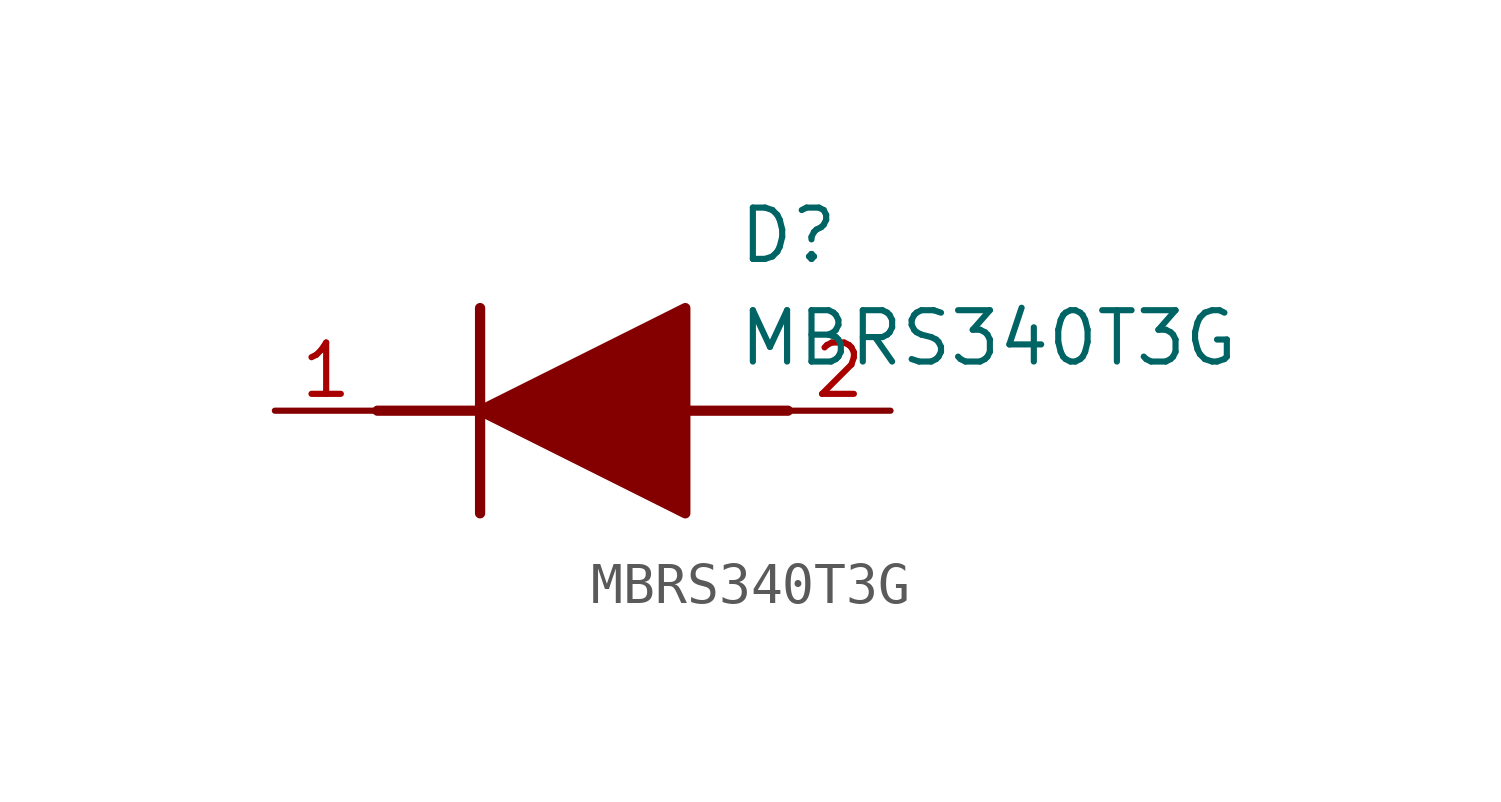
<source format=kicad_sym>
(kicad_symbol_lib
  (version 20211014)
  (generator SamacSys_ECAD_Model)
  (symbol "MBRS340T3G"
    (pin_names hide)
    (property "Reference" "D"
      (at 11.43 5.08 0)
      (effects (font (size 1.27 1.27)) (justify left top)))
    (property "Value" "MBRS340T3G"
      (at 11.43 2.54 0)
      (effects (font (size 1.27 1.27)) (justify left top)))
    (polyline
      (pts (xy 5.08 2.54) (xy 5.08 -2.54))
      (stroke (width 0.254) (type default))
      (fill (type none)))
    (polyline
      (pts (xy 2.54 0) (xy 5.08 0))
      (stroke (width 0.254) (type default))
      (fill (type none)))
    (polyline
      (pts (xy 10.16 0) (xy 12.7 0))
      (stroke (width 0.254) (type default))
      (fill (type none)))
    (polyline
      (pts (xy 5.08 0) (xy 10.16 2.54) (xy 10.16 -2.54) (xy 5.08 0))
      (stroke (width 0.254) (type default))
      (fill (type outline)))
    (pin passive line
      (at 0 0 0)
      (length 2.54)
      (name "K" (effects (font (size 1.27 1.27))))
      (number "1" (effects (font (size 1.27 1.27)))))
    (pin passive line
      (at 15.24 0 180)
      (length 2.54)
      (name "A" (effects (font (size 1.27 1.27))))
      (number "2" (effects (font (size 1.27 1.27)))))))
</source>
